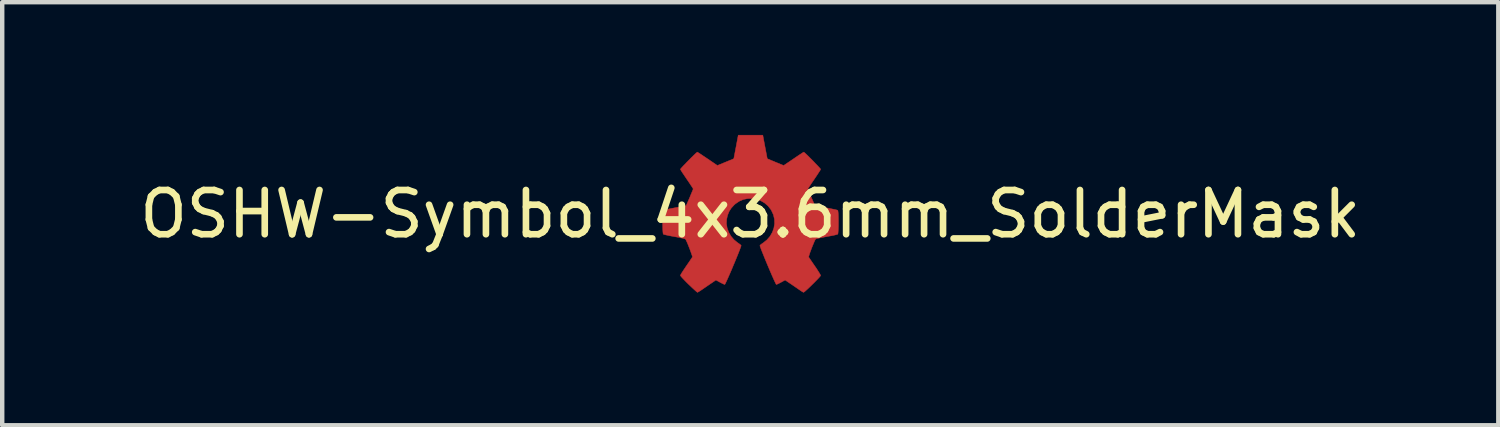
<source format=kicad_pcb>
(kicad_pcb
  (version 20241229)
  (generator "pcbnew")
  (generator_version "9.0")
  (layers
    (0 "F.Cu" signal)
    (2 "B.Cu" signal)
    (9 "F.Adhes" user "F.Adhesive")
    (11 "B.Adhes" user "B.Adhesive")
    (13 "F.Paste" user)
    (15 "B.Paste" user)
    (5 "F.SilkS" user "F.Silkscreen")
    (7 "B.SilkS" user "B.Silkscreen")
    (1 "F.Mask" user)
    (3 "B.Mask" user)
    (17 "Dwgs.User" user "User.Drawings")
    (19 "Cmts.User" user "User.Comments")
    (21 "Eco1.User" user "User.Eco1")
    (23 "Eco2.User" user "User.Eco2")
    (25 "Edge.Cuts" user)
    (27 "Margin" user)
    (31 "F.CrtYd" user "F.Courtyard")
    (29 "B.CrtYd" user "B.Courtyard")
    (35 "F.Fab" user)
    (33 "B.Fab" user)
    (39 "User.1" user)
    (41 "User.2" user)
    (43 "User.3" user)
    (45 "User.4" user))
  (footprint "OSHW-Symbol_4x3.6mm_SolderMask"
    (layer "F.Cu")
    (at 13.911 1.79)
    (property "Reference" "OSHW-Symbol_4x3.6mm_SolderMask" (at 0 0 0) (layer "F.SilkS") (effects (font (size 1 1) (thickness 0.15))))
    (attr exclude_from_pos_files exclude_from_bom)
    (fp_poly (pts (xy 0.333 -1.519) (xy 0.384 -1.252) (xy 0.569 -1.175) (xy 0.755 -1.099) (xy 0.978 -1.25) (xy 1.04 -1.292) (xy 1.096 -1.33) (xy 1.144 -1.361) (xy 1.18 -1.385) (xy 1.203 -1.399) (xy 1.209 -1.402) (xy 1.22 -1.394) (xy 1.244 -1.373) (xy 1.278 -1.341) (xy 1.319 -1.301) (xy 1.364 -1.256) (xy 1.412 -1.208) (xy 1.459 -1.159) (xy 1.502 -1.114) (xy 1.54 -1.074) (xy 1.569 -1.042) (xy 1.587 -1.021) (xy 1.591 -1.014) (xy 1.585 -1.001) (xy 1.568 -0.973) (xy 1.541 -0.932) (xy 1.508 -0.881) (xy 1.469 -0.823) (xy 1.446 -0.789) (xy 1.405 -0.729) (xy 1.368 -0.674) (xy 1.338 -0.628) (xy 1.316 -0.594) (xy 1.303 -0.573) (xy 1.302 -0.569) (xy 1.306 -0.556) (xy 1.317 -0.528) (xy 1.334 -0.487) (xy 1.354 -0.437) (xy 1.377 -0.384) (xy 1.4 -0.33) (xy 1.422 -0.28) (xy 1.44 -0.238) (xy 1.454 -0.207) (xy 1.461 -0.193) (xy 1.461 -0.192) (xy 1.473 -0.19) (xy 1.503 -0.183) (xy 1.548 -0.174) (xy 1.607 -0.163) (xy 1.674 -0.151) (xy 1.714 -0.143) (xy 1.786 -0.129) (xy 1.851 -0.116) (xy 1.906 -0.105) (xy 1.948 -0.095) (xy 1.972 -0.088) (xy 1.977 -0.086) (xy 1.982 -0.071) (xy 1.986 -0.038) (xy 1.989 0.009) (xy 1.991 0.067) (xy 1.992 0.132) (xy 1.992 0.2) (xy 1.992 0.267) (xy 1.99 0.329) (xy 1.987 0.383) (xy 1.984 0.424) (xy 1.98 0.449) (xy 1.977 0.454) (xy 1.961 0.46) (xy 1.928 0.469) (xy 1.882 0.48) (xy 1.827 0.491) (xy 1.807 0.494) (xy 1.715 0.511) (xy 1.641 0.525) (xy 1.585 0.536) (xy 1.543 0.545) (xy 1.514 0.552) (xy 1.495 0.557) (xy 1.482 0.563) (xy 1.475 0.568) (xy 1.474 0.569) (xy 1.464 0.586) (xy 1.449 0.618) (xy 1.43 0.663) (xy 1.408 0.715) (xy 1.386 0.771) (xy 1.365 0.827) (xy 1.346 0.879) (xy 1.332 0.923) (xy 1.322 0.955) (xy 1.32 0.971) (xy 1.32 0.971) (xy 1.328 0.984) (xy 1.347 1.012) (xy 1.375 1.053) (xy 1.409 1.103) (xy 1.448 1.16) (xy 1.459 1.176) (xy 1.499 1.234) (xy 1.533 1.288) (xy 1.562 1.333) (xy 1.581 1.367) (xy 1.59 1.386) (xy 1.591 1.389) (xy 1.583 1.401) (xy 1.562 1.426) (xy 1.53 1.461) (xy 1.489 1.503) (xy 1.444 1.549) (xy 1.395 1.597) (xy 1.347 1.644) (xy 1.302 1.687) (xy 1.262 1.723) (xy 1.231 1.751) (xy 1.21 1.766) (xy 1.205 1.769) (xy 1.191 1.763) (xy 1.164 1.747) (xy 1.128 1.723) (xy 1.1 1.704) (xy 1.05 1.669) (xy 0.99 1.628) (xy 0.93 1.587) (xy 0.897 1.565) (xy 0.788 1.491) (xy 0.696 1.541) (xy 0.654 1.563) (xy 0.619 1.58) (xy 0.595 1.589) (xy 0.589 1.591) (xy 0.581 1.581) (xy 0.567 1.553) (xy 0.546 1.509) (xy 0.521 1.453) (xy 0.491 1.386) (xy 0.459 1.312) (xy 0.425 1.232) (xy 0.39 1.15) (xy 0.356 1.068) (xy 0.323 0.988) (xy 0.293 0.913) (xy 0.266 0.846) (xy 0.244 0.79) (xy 0.228 0.746) (xy 0.219 0.718) (xy 0.218 0.709) (xy 0.229 0.696) (xy 0.254 0.676) (xy 0.288 0.653) (xy 0.291 0.651) (xy 0.377 0.582) (xy 0.447 0.501) (xy 0.499 0.411) (xy 0.533 0.316) (xy 0.549 0.216) (xy 0.546 0.115) (xy 0.523 0.015) (xy 0.479 -0.08) (xy 0.467 -0.101) (xy 0.4 -0.186) (xy 0.322 -0.253) (xy 0.234 -0.304) (xy 0.14 -0.338) (xy 0.041 -0.353) (xy -0.058 -0.351) (xy -0.156 -0.331) (xy -0.25 -0.291) (xy -0.336 -0.233) (xy -0.363 -0.209) (xy -0.431 -0.135) (xy -0.481 -0.056) (xy -0.515 0.031) (xy -0.534 0.118) (xy -0.539 0.216) (xy -0.523 0.314) (xy -0.489 0.409) (xy -0.437 0.499) (xy -0.37 0.578) (xy -0.289 0.645) (xy -0.278 0.652) (xy -0.245 0.675) (xy -0.219 0.695) (xy -0.207 0.708) (xy -0.207 0.709) (xy -0.209 0.722) (xy -0.22 0.754) (xy -0.237 0.8) (xy -0.26 0.859) (xy -0.287 0.927) (xy -0.318 1.003) (xy -0.351 1.083) (xy -0.386 1.166) (xy -0.42 1.248) (xy -0.454 1.327) (xy -0.486 1.4) (xy -0.515 1.465) (xy -0.54 1.519) (xy -0.559 1.56) (xy -0.572 1.584) (xy -0.578 1.591) (xy -0.594 1.586) (xy -0.624 1.572) (xy -0.663 1.553) (xy -0.685 1.541) (xy -0.777 1.491) (xy -0.886 1.565) (xy -0.942 1.603) (xy -1.003 1.645) (xy -1.06 1.684) (xy -1.089 1.704) (xy -1.129 1.731) (xy -1.164 1.753) (xy -1.187 1.766) (xy -1.195 1.769) (xy -1.206 1.761) (xy -1.231 1.74) (xy -1.266 1.708) (xy -1.311 1.667) (xy -1.361 1.619) (xy -1.394 1.588) (xy -1.45 1.533) (xy -1.498 1.483) (xy -1.537 1.442) (xy -1.565 1.41) (xy -1.579 1.391) (xy -1.58 1.387) (xy -1.574 1.372) (xy -1.557 1.342) (xy -1.531 1.3) (xy -1.497 1.249) (xy -1.459 1.192) (xy -1.448 1.176) (xy -1.408 1.118) (xy -1.372 1.066) (xy -1.343 1.022) (xy -1.321 0.99) (xy -1.31 0.973) (xy -1.309 0.971) (xy -1.31 0.957) (xy -1.319 0.927) (xy -1.334 0.884) (xy -1.352 0.833) (xy -1.373 0.777) (xy -1.395 0.721) (xy -1.416 0.668) (xy -1.436 0.623) (xy -1.452 0.589) (xy -1.462 0.57) (xy -1.463 0.569) (xy -1.47 0.564) (xy -1.481 0.559) (xy -1.499 0.553) (xy -1.526 0.546) (xy -1.565 0.538) (xy -1.618 0.527) (xy -1.688 0.514) (xy -1.777 0.498) (xy -1.796 0.494) (xy -1.853 0.483) (xy -1.903 0.472) (xy -1.941 0.463) (xy -1.963 0.456) (xy -1.966 0.454) (xy -1.971 0.439) (xy -1.975 0.406) (xy -1.978 0.358) (xy -1.98 0.3) (xy -1.981 0.235) (xy -1.981 0.167) (xy -1.981 0.1) (xy -1.979 0.038) (xy -1.977 -0.015) (xy -1.973 -0.056) (xy -1.969 -0.081) (xy -1.966 -0.086) (xy -1.952 -0.091) (xy -1.918 -0.099) (xy -1.87 -0.11) (xy -1.81 -0.123) (xy -1.74 -0.136) (xy -1.703 -0.143) (xy -1.631 -0.157) (xy -1.568 -0.169) (xy -1.515 -0.179) (xy -1.476 -0.187) (xy -1.454 -0.191) (xy -1.45 -0.192) (xy -1.444 -0.204) (xy -1.431 -0.232) (xy -1.414 -0.273) (xy -1.392 -0.322) (xy -1.369 -0.376) (xy -1.347 -0.43) (xy -1.326 -0.48) (xy -1.308 -0.523) (xy -1.296 -0.553) (xy -1.29 -0.569) (xy -1.29 -0.569) (xy -1.296 -0.581) (xy -1.313 -0.609) (xy -1.34 -0.649) (xy -1.373 -0.699) (xy -1.412 -0.757) (xy -1.435 -0.79) (xy -1.476 -0.851) (xy -1.513 -0.906) (xy -1.544 -0.952) (xy -1.566 -0.988) (xy -1.578 -1.01) (xy -1.58 -1.014) (xy -1.572 -1.026) (xy -1.551 -1.05) (xy -1.52 -1.084) (xy -1.48 -1.125) (xy -1.436 -1.172) (xy -1.388 -1.22) (xy -1.341 -1.268) (xy -1.296 -1.312) (xy -1.257 -1.35) (xy -1.226 -1.379) (xy -1.205 -1.397) (xy -1.198 -1.402) (xy -1.187 -1.396) (xy -1.16 -1.379) (xy -1.119 -1.353) (xy -1.069 -1.319) (xy -1.01 -1.28) (xy -0.966 -1.25) (xy -0.744 -1.099) (xy -0.373 -1.252) (xy -0.322 -1.519) (xy -0.272 -1.785) (xy 0.283 -1.785) (xy 0.333 -1.519)) (stroke (width 0.01) (type solid)) (fill yes) (layer "F.Cu"))
    (fp_poly (pts (xy 0.333 -1.519) (xy 0.384 -1.252) (xy 0.569 -1.175) (xy 0.755 -1.099) (xy 0.978 -1.25) (xy 1.04 -1.292) (xy 1.096 -1.33) (xy 1.144 -1.361) (xy 1.18 -1.385) (xy 1.203 -1.399) (xy 1.209 -1.402) (xy 1.22 -1.394) (xy 1.244 -1.373) (xy 1.278 -1.341) (xy 1.319 -1.301) (xy 1.364 -1.256) (xy 1.412 -1.208) (xy 1.459 -1.159) (xy 1.502 -1.114) (xy 1.54 -1.074) (xy 1.569 -1.042) (xy 1.587 -1.021) (xy 1.591 -1.014) (xy 1.585 -1.001) (xy 1.568 -0.973) (xy 1.541 -0.932) (xy 1.508 -0.881) (xy 1.469 -0.823) (xy 1.446 -0.789) (xy 1.405 -0.729) (xy 1.368 -0.674) (xy 1.338 -0.628) (xy 1.316 -0.594) (xy 1.303 -0.573) (xy 1.302 -0.569) (xy 1.306 -0.556) (xy 1.317 -0.528) (xy 1.334 -0.487) (xy 1.354 -0.437) (xy 1.377 -0.384) (xy 1.4 -0.33) (xy 1.422 -0.28) (xy 1.44 -0.238) (xy 1.454 -0.207) (xy 1.461 -0.193) (xy 1.461 -0.192) (xy 1.473 -0.19) (xy 1.503 -0.183) (xy 1.548 -0.174) (xy 1.607 -0.163) (xy 1.674 -0.151) (xy 1.714 -0.143) (xy 1.786 -0.129) (xy 1.851 -0.116) (xy 1.906 -0.105) (xy 1.948 -0.095) (xy 1.972 -0.088) (xy 1.977 -0.086) (xy 1.982 -0.071) (xy 1.986 -0.038) (xy 1.989 0.009) (xy 1.991 0.067) (xy 1.992 0.132) (xy 1.992 0.2) (xy 1.992 0.267) (xy 1.99 0.329) (xy 1.987 0.383) (xy 1.984 0.424) (xy 1.98 0.449) (xy 1.977 0.454) (xy 1.961 0.46) (xy 1.928 0.469) (xy 1.882 0.48) (xy 1.827 0.491) (xy 1.807 0.494) (xy 1.715 0.511) (xy 1.641 0.525) (xy 1.585 0.536) (xy 1.543 0.545) (xy 1.514 0.552) (xy 1.495 0.557) (xy 1.482 0.563) (xy 1.475 0.568) (xy 1.474 0.569) (xy 1.464 0.586) (xy 1.449 0.618) (xy 1.43 0.663) (xy 1.408 0.715) (xy 1.386 0.771) (xy 1.365 0.827) (xy 1.346 0.879) (xy 1.332 0.923) (xy 1.322 0.955) (xy 1.32 0.971) (xy 1.32 0.971) (xy 1.328 0.984) (xy 1.347 1.012) (xy 1.375 1.053) (xy 1.409 1.103) (xy 1.448 1.16) (xy 1.459 1.176) (xy 1.499 1.234) (xy 1.533 1.288) (xy 1.562 1.333) (xy 1.581 1.367) (xy 1.59 1.386) (xy 1.591 1.389) (xy 1.583 1.401) (xy 1.562 1.426) (xy 1.53 1.461) (xy 1.489 1.503) (xy 1.444 1.549) (xy 1.395 1.597) (xy 1.347 1.644) (xy 1.302 1.687) (xy 1.262 1.723) (xy 1.231 1.751) (xy 1.21 1.766) (xy 1.205 1.769) (xy 1.191 1.763) (xy 1.164 1.747) (xy 1.128 1.723) (xy 1.1 1.704) (xy 1.05 1.669) (xy 0.99 1.628) (xy 0.93 1.587) (xy 0.897 1.565) (xy 0.788 1.491) (xy 0.696 1.541) (xy 0.654 1.563) (xy 0.619 1.58) (xy 0.595 1.589) (xy 0.589 1.591) (xy 0.581 1.581) (xy 0.567 1.553) (xy 0.546 1.509) (xy 0.521 1.453) (xy 0.491 1.386) (xy 0.459 1.312) (xy 0.425 1.232) (xy 0.39 1.15) (xy 0.356 1.068) (xy 0.323 0.988) (xy 0.293 0.913) (xy 0.266 0.846) (xy 0.244 0.79) (xy 0.228 0.746) (xy 0.219 0.718) (xy 0.218 0.709) (xy 0.229 0.696) (xy 0.254 0.676) (xy 0.288 0.653) (xy 0.291 0.651) (xy 0.377 0.582) (xy 0.447 0.501) (xy 0.499 0.411) (xy 0.533 0.316) (xy 0.549 0.216) (xy 0.546 0.115) (xy 0.523 0.015) (xy 0.479 -0.08) (xy 0.467 -0.101) (xy 0.4 -0.186) (xy 0.322 -0.253) (xy 0.234 -0.304) (xy 0.14 -0.338) (xy 0.041 -0.353) (xy -0.058 -0.351) (xy -0.156 -0.331) (xy -0.25 -0.291) (xy -0.336 -0.233) (xy -0.363 -0.209) (xy -0.431 -0.135) (xy -0.481 -0.056) (xy -0.515 0.031) (xy -0.534 0.118) (xy -0.539 0.216) (xy -0.523 0.314) (xy -0.489 0.409) (xy -0.437 0.499) (xy -0.37 0.578) (xy -0.289 0.645) (xy -0.278 0.652) (xy -0.245 0.675) (xy -0.219 0.695) (xy -0.207 0.708) (xy -0.207 0.709) (xy -0.209 0.722) (xy -0.22 0.754) (xy -0.237 0.8) (xy -0.26 0.859) (xy -0.287 0.927) (xy -0.318 1.003) (xy -0.351 1.083) (xy -0.386 1.166) (xy -0.42 1.248) (xy -0.454 1.327) (xy -0.486 1.4) (xy -0.515 1.465) (xy -0.54 1.519) (xy -0.559 1.56) (xy -0.572 1.584) (xy -0.578 1.591) (xy -0.594 1.586) (xy -0.624 1.572) (xy -0.663 1.553) (xy -0.685 1.541) (xy -0.777 1.491) (xy -0.886 1.565) (xy -0.942 1.603) (xy -1.003 1.645) (xy -1.06 1.684) (xy -1.089 1.704) (xy -1.129 1.731) (xy -1.164 1.753) (xy -1.187 1.766) (xy -1.195 1.769) (xy -1.206 1.761) (xy -1.231 1.74) (xy -1.266 1.708) (xy -1.311 1.667) (xy -1.361 1.619) (xy -1.394 1.588) (xy -1.45 1.533) (xy -1.498 1.483) (xy -1.537 1.442) (xy -1.565 1.41) (xy -1.579 1.391) (xy -1.58 1.387) (xy -1.574 1.372) (xy -1.557 1.342) (xy -1.531 1.3) (xy -1.497 1.249) (xy -1.459 1.192) (xy -1.448 1.176) (xy -1.408 1.118) (xy -1.372 1.066) (xy -1.343 1.022) (xy -1.321 0.99) (xy -1.31 0.973) (xy -1.309 0.971) (xy -1.31 0.957) (xy -1.319 0.927) (xy -1.334 0.884) (xy -1.352 0.833) (xy -1.373 0.777) (xy -1.395 0.721) (xy -1.416 0.668) (xy -1.436 0.623) (xy -1.452 0.589) (xy -1.462 0.57) (xy -1.463 0.569) (xy -1.47 0.564) (xy -1.481 0.559) (xy -1.499 0.553) (xy -1.526 0.546) (xy -1.565 0.538) (xy -1.618 0.527) (xy -1.688 0.514) (xy -1.777 0.498) (xy -1.796 0.494) (xy -1.853 0.483) (xy -1.903 0.472) (xy -1.941 0.463) (xy -1.963 0.456) (xy -1.966 0.454) (xy -1.971 0.439) (xy -1.975 0.406) (xy -1.978 0.358) (xy -1.98 0.3) (xy -1.981 0.235) (xy -1.981 0.167) (xy -1.981 0.1) (xy -1.979 0.038) (xy -1.977 -0.015) (xy -1.973 -0.056) (xy -1.969 -0.081) (xy -1.966 -0.086) (xy -1.952 -0.091) (xy -1.918 -0.099) (xy -1.87 -0.11) (xy -1.81 -0.123) (xy -1.74 -0.136) (xy -1.703 -0.143) (xy -1.631 -0.157) (xy -1.568 -0.169) (xy -1.515 -0.179) (xy -1.476 -0.187) (xy -1.454 -0.191) (xy -1.45 -0.192) (xy -1.444 -0.204) (xy -1.431 -0.232) (xy -1.414 -0.273) (xy -1.392 -0.322) (xy -1.369 -0.376) (xy -1.347 -0.43) (xy -1.326 -0.48) (xy -1.308 -0.523) (xy -1.296 -0.553) (xy -1.29 -0.569) (xy -1.29 -0.569) (xy -1.296 -0.581) (xy -1.313 -0.609) (xy -1.34 -0.649) (xy -1.373 -0.699) (xy -1.412 -0.757) (xy -1.435 -0.79) (xy -1.476 -0.851) (xy -1.513 -0.906) (xy -1.544 -0.952) (xy -1.566 -0.988) (xy -1.578 -1.01) (xy -1.58 -1.014) (xy -1.572 -1.026) (xy -1.551 -1.05) (xy -1.52 -1.084) (xy -1.48 -1.125) (xy -1.436 -1.172) (xy -1.388 -1.22) (xy -1.341 -1.268) (xy -1.296 -1.312) (xy -1.257 -1.35) (xy -1.226 -1.379) (xy -1.205 -1.397) (xy -1.198 -1.402) (xy -1.187 -1.396) (xy -1.16 -1.379) (xy -1.119 -1.353) (xy -1.069 -1.319) (xy -1.01 -1.28) (xy -0.966 -1.25) (xy -0.744 -1.099) (xy -0.373 -1.252) (xy -0.322 -1.519) (xy -0.272 -1.785) (xy 0.283 -1.785) (xy 0.333 -1.519)) (stroke (width 0.01) (type solid)) (fill yes) (layer "F.Mask")))
  (gr_rect
    (start -3 -3)
    (end 30.821 6.564)
    (stroke (width 0.1) (type default))
    (fill no)
    (layer "Edge.Cuts")))
</source>
